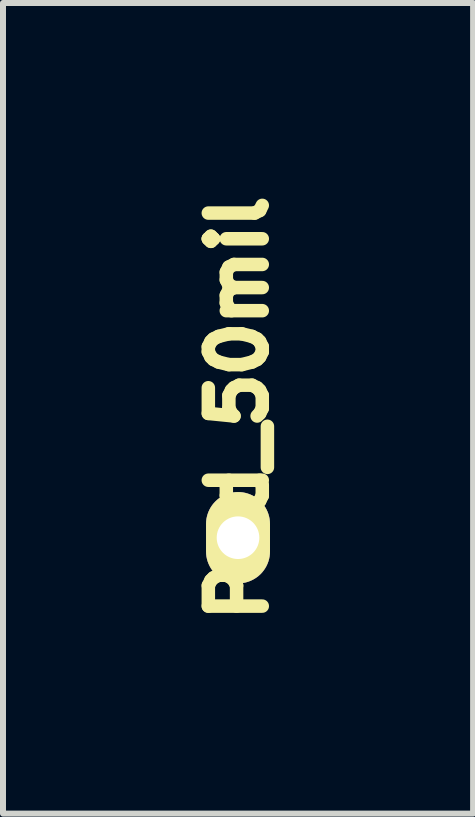
<source format=kicad_pcb>
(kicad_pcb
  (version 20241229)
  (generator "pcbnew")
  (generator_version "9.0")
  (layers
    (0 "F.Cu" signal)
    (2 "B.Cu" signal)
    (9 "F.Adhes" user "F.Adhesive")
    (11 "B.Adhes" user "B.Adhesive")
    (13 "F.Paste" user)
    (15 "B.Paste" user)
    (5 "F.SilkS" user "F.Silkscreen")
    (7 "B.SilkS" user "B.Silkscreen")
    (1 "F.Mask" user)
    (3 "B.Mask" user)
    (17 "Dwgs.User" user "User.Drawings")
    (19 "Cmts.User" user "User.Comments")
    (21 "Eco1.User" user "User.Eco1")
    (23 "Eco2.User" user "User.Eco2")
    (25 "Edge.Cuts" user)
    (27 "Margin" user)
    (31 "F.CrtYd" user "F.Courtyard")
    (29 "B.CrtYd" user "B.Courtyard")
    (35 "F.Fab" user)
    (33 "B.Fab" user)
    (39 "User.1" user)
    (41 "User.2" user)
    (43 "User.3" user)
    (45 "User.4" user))
  (footprint "Pad_50mil"
    (layer "F.Cu")
    (at 0.921 5.921)
    (property "Reference" "Pad_50mil" (at 0 -2.159 90) (layer "F.SilkS") (effects (font (size 0.9 0.9) (thickness 0.225))))
    (attr through_hole)
    (pad "1" thru_hole oval (at 0 0) (size 1.067 1.524) (drill 0.711) (layers "*.Cu" "*.Mask" "F.SilkS")))
  (gr_rect
    (start -3 -3)
    (end 4.843 10.524)
    (stroke (width 0.1) (type default))
    (fill no)
    (layer "Edge.Cuts")))
</source>
